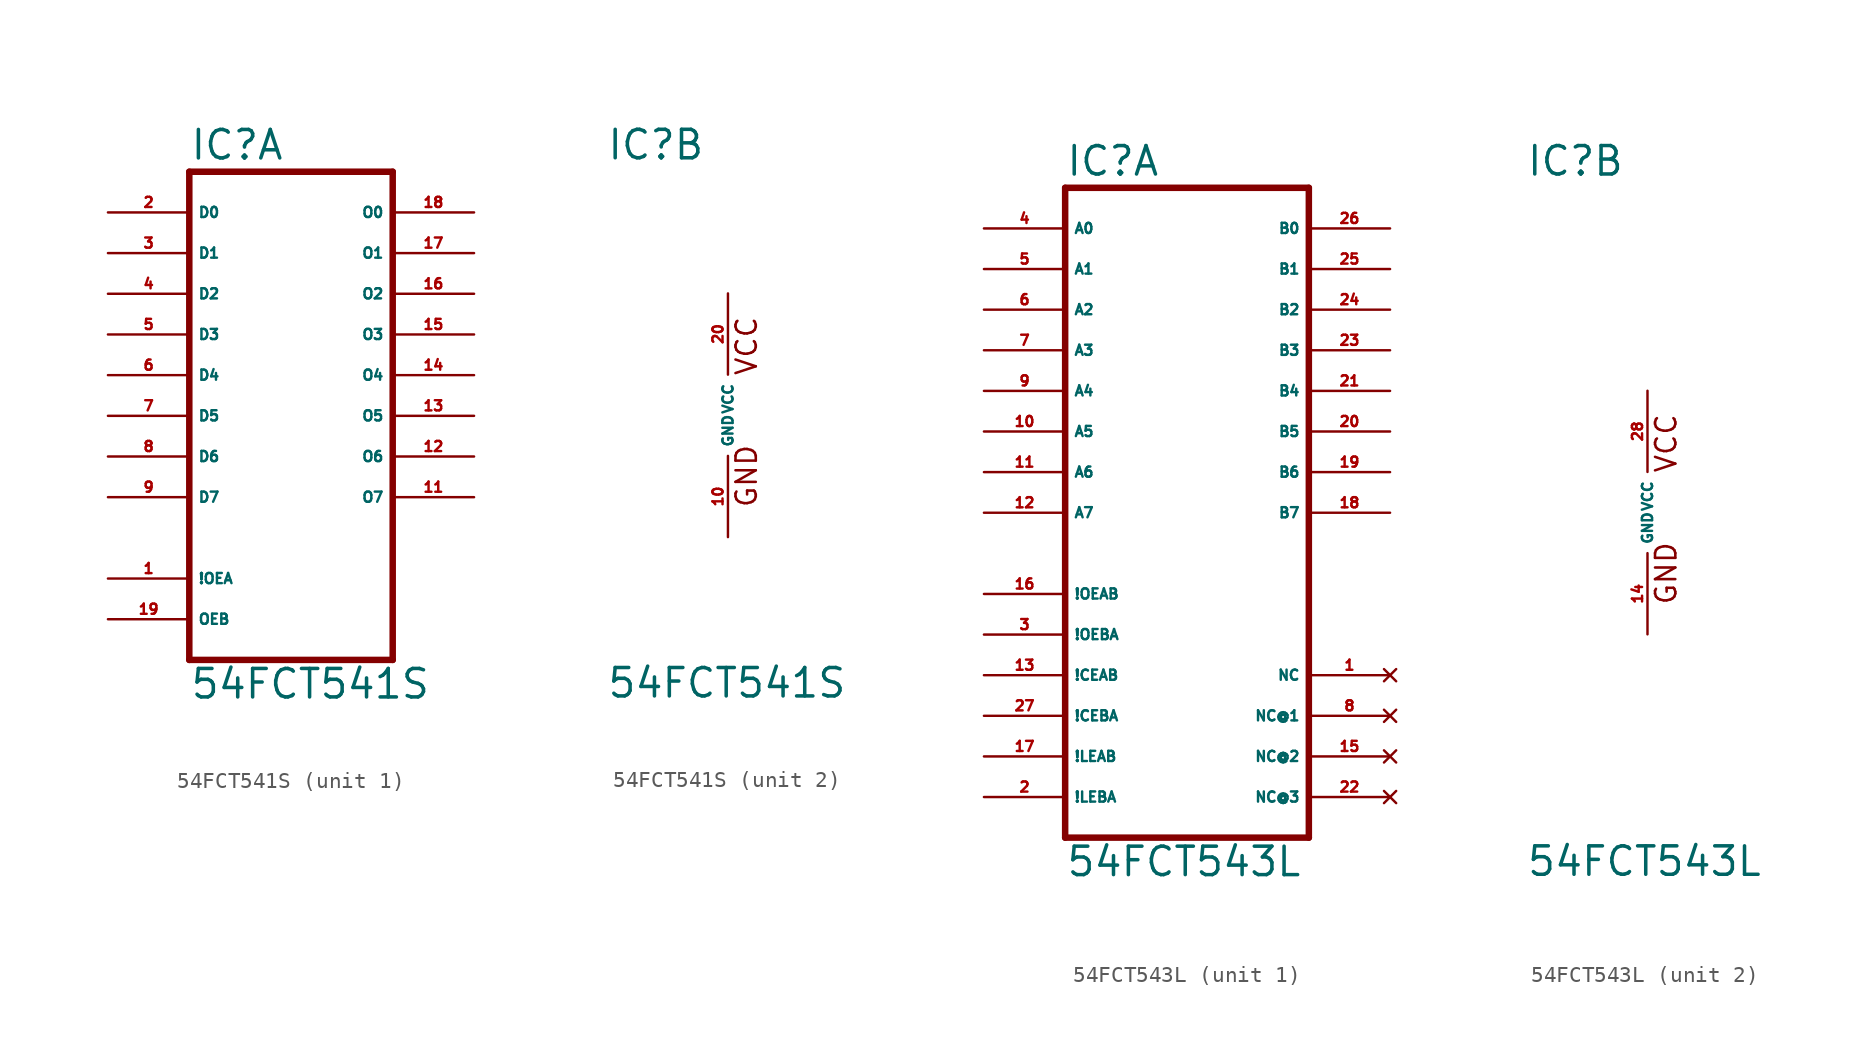
<source format=kicad_sym>
(kicad_symbol_lib
  (version 20220914)
  (generator Eagle2Kicad)
  (symbol "54FCT541S"
    (property "Reference" "IC"
      (at -7.62 15.875 0)
      (effects (font (size 1.778 1.778) (thickness 0.22)) (justify left bottom)))
    (property "Value" "54FCT541S"
      (at -7.62 -17.78 0)
      (effects (font (size 1.778 1.778) (thickness 0.22)) (justify left bottom)))
    (symbol "54FCT541S_1_0"
      (polyline (pts (xy -7.62 -15.24) (xy 5.08 -15.24)) (stroke (width 0.406) (type default)) (fill (type none)))
      (polyline (pts (xy 5.08 -15.24) (xy 5.08 15.24)) (stroke (width 0.406) (type default)) (fill (type none)))
      (polyline (pts (xy 5.08 15.24) (xy -7.62 15.24)) (stroke (width 0.406) (type default)) (fill (type none)))
      (polyline (pts (xy -7.62 15.24) (xy -7.62 -15.24)) (stroke (width 0.406) (type default)) (fill (type none)))
      (pin input line (at -12.7 12.7 0) (length 5.08) (name "D0" (effects (font (size 0.635 0.635) (thickness 0.08)) (justify left bottom))) (number "2" (effects (font (size 0.635 0.635) (thickness 0.08)) (justify left bottom))))
      (pin input line (at -12.7 10.16 0) (length 5.08) (name "D1" (effects (font (size 0.635 0.635) (thickness 0.08)) (justify left bottom))) (number "3" (effects (font (size 0.635 0.635) (thickness 0.08)) (justify left bottom))))
      (pin input line (at -12.7 7.62 0) (length 5.08) (name "D2" (effects (font (size 0.635 0.635) (thickness 0.08)) (justify left bottom))) (number "4" (effects (font (size 0.635 0.635) (thickness 0.08)) (justify left bottom))))
      (pin input line (at -12.7 5.08 0) (length 5.08) (name "D3" (effects (font (size 0.635 0.635) (thickness 0.08)) (justify left bottom))) (number "5" (effects (font (size 0.635 0.635) (thickness 0.08)) (justify left bottom))))
      (pin input line (at -12.7 2.54 0) (length 5.08) (name "D4" (effects (font (size 0.635 0.635) (thickness 0.08)) (justify left bottom))) (number "6" (effects (font (size 0.635 0.635) (thickness 0.08)) (justify left bottom))))
      (pin input line (at -12.7 0 0) (length 5.08) (name "D5" (effects (font (size 0.635 0.635) (thickness 0.08)) (justify left bottom))) (number "7" (effects (font (size 0.635 0.635) (thickness 0.08)) (justify left bottom))))
      (pin input line (at -12.7 -2.54 0) (length 5.08) (name "D6" (effects (font (size 0.635 0.635) (thickness 0.08)) (justify left bottom))) (number "8" (effects (font (size 0.635 0.635) (thickness 0.08)) (justify left bottom))))
      (pin input line (at -12.7 -5.08 0) (length 5.08) (name "D7" (effects (font (size 0.635 0.635) (thickness 0.08)) (justify left bottom))) (number "9" (effects (font (size 0.635 0.635) (thickness 0.08)) (justify left bottom))))
      (pin input line (at -12.7 -10.16 0) (length 5.08) (name "!OEA" (effects (font (size 0.635 0.635) (thickness 0.08)) (justify left bottom))) (number "1" (effects (font (size 0.635 0.635) (thickness 0.08)) (justify left bottom))))
      (pin input line (at -12.7 -12.7 0) (length 5.08) (name "OEB" (effects (font (size 0.635 0.635) (thickness 0.08)) (justify left bottom))) (number "19" (effects (font (size 0.635 0.635) (thickness 0.08)) (justify left bottom))))
      (pin output line (at 10.16 12.7 180) (length 5.08) (name "O0" (effects (font (size 0.635 0.635) (thickness 0.08)) (justify left bottom))) (number "18" (effects (font (size 0.635 0.635) (thickness 0.08)) (justify left bottom))))
      (pin output line (at 10.16 10.16 180) (length 5.08) (name "O1" (effects (font (size 0.635 0.635) (thickness 0.08)) (justify left bottom))) (number "17" (effects (font (size 0.635 0.635) (thickness 0.08)) (justify left bottom))))
      (pin output line (at 10.16 7.62 180) (length 5.08) (name "O2" (effects (font (size 0.635 0.635) (thickness 0.08)) (justify left bottom))) (number "16" (effects (font (size 0.635 0.635) (thickness 0.08)) (justify left bottom))))
      (pin output line (at 10.16 5.08 180) (length 5.08) (name "O3" (effects (font (size 0.635 0.635) (thickness 0.08)) (justify left bottom))) (number "15" (effects (font (size 0.635 0.635) (thickness 0.08)) (justify left bottom))))
      (pin output line (at 10.16 2.54 180) (length 5.08) (name "O4" (effects (font (size 0.635 0.635) (thickness 0.08)) (justify left bottom))) (number "14" (effects (font (size 0.635 0.635) (thickness 0.08)) (justify left bottom))))
      (pin output line (at 10.16 0 180) (length 5.08) (name "O5" (effects (font (size 0.635 0.635) (thickness 0.08)) (justify left bottom))) (number "13" (effects (font (size 0.635 0.635) (thickness 0.08)) (justify left bottom))))
      (pin output line (at 10.16 -2.54 180) (length 5.08) (name "O6" (effects (font (size 0.635 0.635) (thickness 0.08)) (justify left bottom))) (number "12" (effects (font (size 0.635 0.635) (thickness 0.08)) (justify left bottom))))
      (pin output line (at 10.16 -5.08 180) (length 5.08) (name "O7" (effects (font (size 0.635 0.635) (thickness 0.08)) (justify left bottom))) (number "11" (effects (font (size 0.635 0.635) (thickness 0.08)) (justify left bottom)))))
    (symbol "54FCT541S_2_0"
      (text "GND" (at 1.905 -5.842 900) (effects (font (size 1.27 1.27) (thickness 0.16)) (justify left bottom)))
      (text "VCC" (at 1.905 2.413 900) (effects (font (size 1.27 1.27) (thickness 0.16)) (justify left bottom)))
      (pin unspecified line (at 0 7.62 270) (length 5.08) (name "VCC" (effects (font (size 0.635 0.635) (thickness 0.08)) (justify left bottom))) (number "20" (effects (font (size 0.635 0.635) (thickness 0.08)) (justify left bottom))))
      (pin unspecified line (at 0 -7.62 90) (length 5.08) (name "GND" (effects (font (size 0.635 0.635) (thickness 0.08)) (justify left bottom))) (number "10" (effects (font (size 0.635 0.635) (thickness 0.08)) (justify left bottom))))))
  (symbol "54FCT543L"
    (property "Reference" "IC"
      (at -7.62 20.955 0)
      (effects (font (size 1.778 1.778) (thickness 0.22)) (justify left bottom)))
    (property "Value" "54FCT543L"
      (at -7.62 -22.86 0)
      (effects (font (size 1.778 1.778) (thickness 0.22)) (justify left bottom)))
    (symbol "54FCT543L_1_0"
      (polyline (pts (xy -7.62 -20.32) (xy 7.62 -20.32)) (stroke (width 0.406) (type default)) (fill (type none)))
      (polyline (pts (xy 7.62 -20.32) (xy 7.62 20.32)) (stroke (width 0.406) (type default)) (fill (type none)))
      (polyline (pts (xy 7.62 20.32) (xy -7.62 20.32)) (stroke (width 0.406) (type default)) (fill (type none)))
      (polyline (pts (xy -7.62 20.32) (xy -7.62 -20.32)) (stroke (width 0.406) (type default)) (fill (type none)))
      (pin bidirectional line (at -12.7 17.78 0) (length 5.08) (name "A0" (effects (font (size 0.635 0.635) (thickness 0.08)) (justify left bottom))) (number "4" (effects (font (size 0.635 0.635) (thickness 0.08)) (justify left bottom))))
      (pin bidirectional line (at -12.7 15.24 0) (length 5.08) (name "A1" (effects (font (size 0.635 0.635) (thickness 0.08)) (justify left bottom))) (number "5" (effects (font (size 0.635 0.635) (thickness 0.08)) (justify left bottom))))
      (pin bidirectional line (at -12.7 12.7 0) (length 5.08) (name "A2" (effects (font (size 0.635 0.635) (thickness 0.08)) (justify left bottom))) (number "6" (effects (font (size 0.635 0.635) (thickness 0.08)) (justify left bottom))))
      (pin bidirectional line (at -12.7 10.16 0) (length 5.08) (name "A3" (effects (font (size 0.635 0.635) (thickness 0.08)) (justify left bottom))) (number "7" (effects (font (size 0.635 0.635) (thickness 0.08)) (justify left bottom))))
      (pin bidirectional line (at -12.7 7.62 0) (length 5.08) (name "A4" (effects (font (size 0.635 0.635) (thickness 0.08)) (justify left bottom))) (number "9" (effects (font (size 0.635 0.635) (thickness 0.08)) (justify left bottom))))
      (pin bidirectional line (at -12.7 5.08 0) (length 5.08) (name "A5" (effects (font (size 0.635 0.635) (thickness 0.08)) (justify left bottom))) (number "10" (effects (font (size 0.635 0.635) (thickness 0.08)) (justify left bottom))))
      (pin bidirectional line (at -12.7 2.54 0) (length 5.08) (name "A6" (effects (font (size 0.635 0.635) (thickness 0.08)) (justify left bottom))) (number "11" (effects (font (size 0.635 0.635) (thickness 0.08)) (justify left bottom))))
      (pin bidirectional line (at -12.7 0 0) (length 5.08) (name "A7" (effects (font (size 0.635 0.635) (thickness 0.08)) (justify left bottom))) (number "12" (effects (font (size 0.635 0.635) (thickness 0.08)) (justify left bottom))))
      (pin bidirectional line (at 12.7 17.78 180) (length 5.08) (name "B0" (effects (font (size 0.635 0.635) (thickness 0.08)) (justify left bottom))) (number "26" (effects (font (size 0.635 0.635) (thickness 0.08)) (justify left bottom))))
      (pin bidirectional line (at 12.7 15.24 180) (length 5.08) (name "B1" (effects (font (size 0.635 0.635) (thickness 0.08)) (justify left bottom))) (number "25" (effects (font (size 0.635 0.635) (thickness 0.08)) (justify left bottom))))
      (pin bidirectional line (at 12.7 12.7 180) (length 5.08) (name "B2" (effects (font (size 0.635 0.635) (thickness 0.08)) (justify left bottom))) (number "24" (effects (font (size 0.635 0.635) (thickness 0.08)) (justify left bottom))))
      (pin bidirectional line (at 12.7 10.16 180) (length 5.08) (name "B3" (effects (font (size 0.635 0.635) (thickness 0.08)) (justify left bottom))) (number "23" (effects (font (size 0.635 0.635) (thickness 0.08)) (justify left bottom))))
      (pin bidirectional line (at 12.7 7.62 180) (length 5.08) (name "B4" (effects (font (size 0.635 0.635) (thickness 0.08)) (justify left bottom))) (number "21" (effects (font (size 0.635 0.635) (thickness 0.08)) (justify left bottom))))
      (pin bidirectional line (at 12.7 5.08 180) (length 5.08) (name "B5" (effects (font (size 0.635 0.635) (thickness 0.08)) (justify left bottom))) (number "20" (effects (font (size 0.635 0.635) (thickness 0.08)) (justify left bottom))))
      (pin bidirectional line (at 12.7 2.54 180) (length 5.08) (name "B6" (effects (font (size 0.635 0.635) (thickness 0.08)) (justify left bottom))) (number "19" (effects (font (size 0.635 0.635) (thickness 0.08)) (justify left bottom))))
      (pin bidirectional line (at 12.7 0 180) (length 5.08) (name "B7" (effects (font (size 0.635 0.635) (thickness 0.08)) (justify left bottom))) (number "18" (effects (font (size 0.635 0.635) (thickness 0.08)) (justify left bottom))))
      (pin input line (at -12.7 -5.08 0) (length 5.08) (name "!OEAB" (effects (font (size 0.635 0.635) (thickness 0.08)) (justify left bottom))) (number "16" (effects (font (size 0.635 0.635) (thickness 0.08)) (justify left bottom))))
      (pin input line (at -12.7 -7.62 0) (length 5.08) (name "!OEBA" (effects (font (size 0.635 0.635) (thickness 0.08)) (justify left bottom))) (number "3" (effects (font (size 0.635 0.635) (thickness 0.08)) (justify left bottom))))
      (pin input line (at -12.7 -10.16 0) (length 5.08) (name "!CEAB" (effects (font (size 0.635 0.635) (thickness 0.08)) (justify left bottom))) (number "13" (effects (font (size 0.635 0.635) (thickness 0.08)) (justify left bottom))))
      (pin input line (at -12.7 -12.7 0) (length 5.08) (name "!CEBA" (effects (font (size 0.635 0.635) (thickness 0.08)) (justify left bottom))) (number "27" (effects (font (size 0.635 0.635) (thickness 0.08)) (justify left bottom))))
      (pin input line (at -12.7 -15.24 0) (length 5.08) (name "!LEAB" (effects (font (size 0.635 0.635) (thickness 0.08)) (justify left bottom))) (number "17" (effects (font (size 0.635 0.635) (thickness 0.08)) (justify left bottom))))
      (pin input line (at -12.7 -17.78 0) (length 5.08) (name "!LEBA" (effects (font (size 0.635 0.635) (thickness 0.08)) (justify left bottom))) (number "2" (effects (font (size 0.635 0.635) (thickness 0.08)) (justify left bottom))))
      (pin no_connect line (at 12.7 -17.78 180) (length 5.08) (name "NC@3" (effects (font (size 0.635 0.635) (thickness 0.08)) (justify left bottom) hide)) (number "22" (effects (font (size 0.635 0.635) (thickness 0.08)) (justify left bottom) hide)))
      (pin no_connect line (at 12.7 -15.24 180) (length 5.08) (name "NC@2" (effects (font (size 0.635 0.635) (thickness 0.08)) (justify left bottom) hide)) (number "15" (effects (font (size 0.635 0.635) (thickness 0.08)) (justify left bottom) hide)))
      (pin no_connect line (at 12.7 -12.7 180) (length 5.08) (name "NC@1" (effects (font (size 0.635 0.635) (thickness 0.08)) (justify left bottom) hide)) (number "8" (effects (font (size 0.635 0.635) (thickness 0.08)) (justify left bottom) hide)))
      (pin no_connect line (at 12.7 -10.16 180) (length 5.08) (name "NC" (effects (font (size 0.635 0.635) (thickness 0.08)) (justify left bottom) hide)) (number "1" (effects (font (size 0.635 0.635) (thickness 0.08)) (justify left bottom) hide))))
    (symbol "54FCT543L_2_0"
      (text "GND" (at 1.905 -5.842 900) (effects (font (size 1.27 1.27) (thickness 0.16)) (justify left bottom)))
      (text "VCC" (at 1.905 2.413 900) (effects (font (size 1.27 1.27) (thickness 0.16)) (justify left bottom)))
      (pin unspecified line (at 0 7.62 270) (length 5.08) (name "VCC" (effects (font (size 0.635 0.635) (thickness 0.08)) (justify left bottom))) (number "28" (effects (font (size 0.635 0.635) (thickness 0.08)) (justify left bottom))))
      (pin unspecified line (at 0 -7.62 90) (length 5.08) (name "GND" (effects (font (size 0.635 0.635) (thickness 0.08)) (justify left bottom))) (number "14" (effects (font (size 0.635 0.635) (thickness 0.08)) (justify left bottom)))))))
</source>
